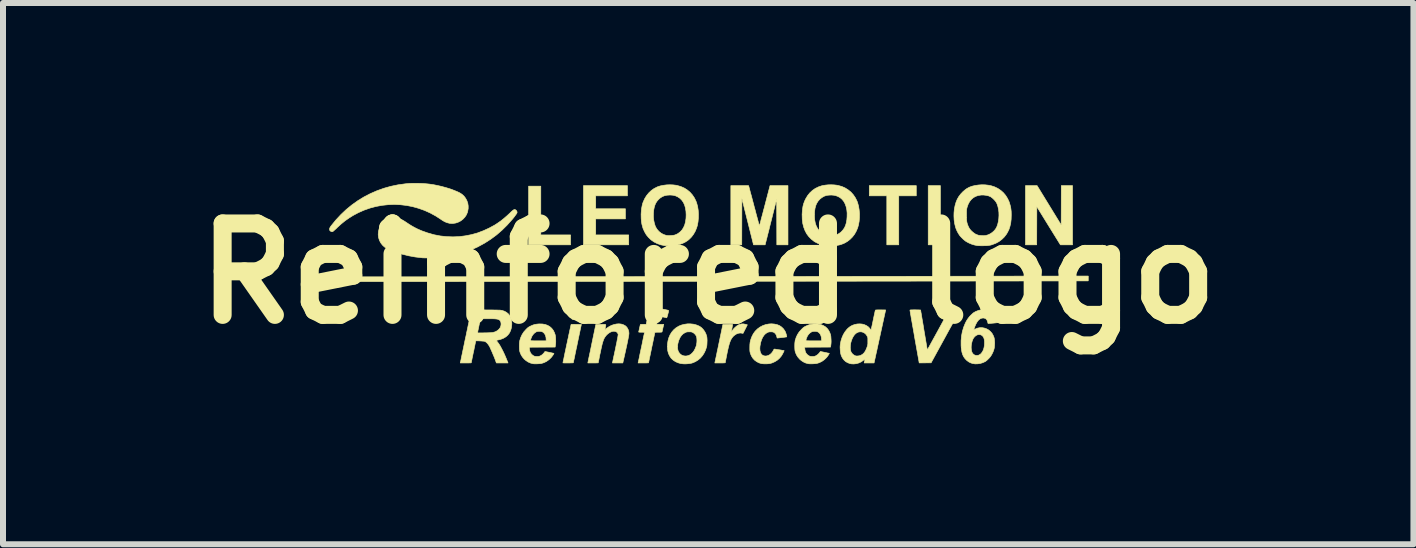
<source format=kicad_pcb>
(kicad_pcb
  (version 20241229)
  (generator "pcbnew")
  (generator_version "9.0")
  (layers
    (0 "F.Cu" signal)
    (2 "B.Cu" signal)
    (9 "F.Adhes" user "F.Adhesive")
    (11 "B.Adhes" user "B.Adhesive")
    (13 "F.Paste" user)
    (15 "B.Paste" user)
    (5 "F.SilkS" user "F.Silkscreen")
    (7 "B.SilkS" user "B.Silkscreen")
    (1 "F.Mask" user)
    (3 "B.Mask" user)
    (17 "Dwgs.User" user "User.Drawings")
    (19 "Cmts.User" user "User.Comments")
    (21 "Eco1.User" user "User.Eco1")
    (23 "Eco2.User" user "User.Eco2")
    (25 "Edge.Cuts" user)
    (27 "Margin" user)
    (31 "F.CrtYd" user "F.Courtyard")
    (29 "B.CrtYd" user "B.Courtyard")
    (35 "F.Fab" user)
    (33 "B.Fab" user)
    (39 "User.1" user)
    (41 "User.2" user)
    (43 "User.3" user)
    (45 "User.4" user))
  (footprint "Reinfored logo"
    (layer "F.Cu")
    (at 8.752 1.508)
    (property "Reference" "Reinfored logo" (at 0 0 0) (layer "F.SilkS") (effects (font (size 1.524 1.524) (thickness 0.3))))
    (attr through_hole)
    (fp_poly (pts (xy 3.869 -0.478) (xy 3.666 -0.478) (xy 3.666 -1.465) (xy 3.869 -1.465) (xy 3.869 -0.478)) (stroke (width 0.01) (type solid)) (fill yes) (layer "F.SilkS"))
    (fp_poly (pts (xy -2.79 -0.643) (xy -2.294 -0.643) (xy -2.294 -0.478) (xy -2.993 -0.478) (xy -2.993 -1.456) (xy -2.79 -1.456) (xy -2.79 -0.643)) (stroke (width 0.01) (type solid)) (fill yes) (layer "F.SilkS"))
    (fp_poly (pts (xy 3.467 -1.295) (xy 3.175 -1.295) (xy 3.175 -0.478) (xy 2.976 -0.478) (xy 2.976 -1.295) (xy 2.684 -1.295) (xy 2.684 -1.465) (xy 3.467 -1.465) (xy 3.467 -1.295)) (stroke (width 0.01) (type solid)) (fill yes) (layer "F.SilkS"))
    (fp_poly (pts (xy -1.346 -1.295) (xy -1.875 -1.295) (xy -1.875 -1.079) (xy -1.38 -1.079) (xy -1.38 -0.91) (xy -1.875 -0.91) (xy -1.875 -0.643) (xy -1.325 -0.643) (xy -1.325 -0.478) (xy -2.079 -0.478) (xy -2.079 -1.465) (xy -1.346 -1.465) (xy -1.346 -1.295)) (stroke (width 0.01) (type solid)) (fill yes) (layer "F.SilkS"))
    (fp_poly (pts (xy 6.071 -0.478) (xy 5.869 -0.478) (xy 5.672 -0.796) (xy 5.476 -1.114) (xy 5.475 -0.796) (xy 5.474 -0.478) (xy 5.287 -0.478) (xy 5.287 -1.465) (xy 5.384 -1.465) (xy 5.48 -1.465) (xy 5.681 -1.137) (xy 5.882 -0.809) (xy 5.884 -1.465) (xy 6.071 -1.465) (xy 6.071 -0.478)) (stroke (width 0.01) (type solid)) (fill yes) (layer "F.SilkS"))
    (fp_poly (pts (xy -2.073 0.653) (xy -2.078 0.676) (xy -2.083 0.7) (xy -2.087 0.721) (xy -2.09 0.731) (xy -2.096 0.762) (xy -2.269 0.762) (xy -2.267 0.752) (xy -2.265 0.745) (xy -2.262 0.731) (xy -2.258 0.712) (xy -2.254 0.691) (xy -2.252 0.682) (xy -2.247 0.659) (xy -2.243 0.64) (xy -2.24 0.624) (xy -2.237 0.615) (xy -2.237 0.613) (xy -2.235 0.61) (xy -2.232 0.608) (xy -2.226 0.607) (xy -2.216 0.606) (xy -2.201 0.606) (xy -2.179 0.605) (xy -2.15 0.605) (xy -2.063 0.605) (xy -2.073 0.653)) (stroke (width 0.01) (type solid)) (fill yes) (layer "F.SilkS"))
    (fp_poly (pts (xy -2.203 0.848) (xy -2.199 0.848) (xy -2.114 0.849) (xy -2.181 1.166) (xy -2.191 1.217) (xy -2.202 1.265) (xy -2.211 1.31) (xy -2.22 1.352) (xy -2.227 1.389) (xy -2.234 1.421) (xy -2.24 1.447) (xy -2.244 1.468) (xy -2.247 1.481) (xy -2.248 1.487) (xy -2.248 1.487) (xy -2.252 1.488) (xy -2.263 1.489) (xy -2.28 1.489) (xy -2.302 1.49) (xy -2.328 1.49) (xy -2.335 1.49) (xy -2.361 1.49) (xy -2.384 1.49) (xy -2.402 1.49) (xy -2.415 1.489) (xy -2.421 1.489) (xy -2.421 1.489) (xy -2.42 1.484) (xy -2.418 1.471) (xy -2.414 1.451) (xy -2.408 1.426) (xy -2.402 1.395) (xy -2.395 1.361) (xy -2.387 1.322) (xy -2.378 1.281) (xy -2.369 1.238) (xy -2.36 1.194) (xy -2.35 1.149) (xy -2.341 1.105) (xy -2.331 1.062) (xy -2.323 1.021) (xy -2.314 0.982) (xy -2.307 0.947) (xy -2.3 0.916) (xy -2.294 0.89) (xy -2.29 0.869) (xy -2.287 0.856) (xy -2.285 0.849) (xy -2.285 0.849) (xy -2.28 0.848) (xy -2.269 0.848) (xy -2.251 0.847) (xy -2.229 0.847) (xy -2.203 0.848)) (stroke (width 0.01) (type solid)) (fill yes) (layer "F.SilkS"))
    (fp_poly (pts (xy 0.679 -1.443) (xy 0.681 -1.435) (xy 0.685 -1.42) (xy 0.691 -1.398) (xy 0.698 -1.37) (xy 0.707 -1.336) (xy 0.718 -1.298) (xy 0.729 -1.256) (xy 0.741 -1.21) (xy 0.754 -1.162) (xy 0.767 -1.111) (xy 0.768 -1.107) (xy 0.782 -1.057) (xy 0.794 -1.01) (xy 0.806 -0.965) (xy 0.817 -0.925) (xy 0.827 -0.888) (xy 0.835 -0.857) (xy 0.842 -0.831) (xy 0.847 -0.811) (xy 0.851 -0.798) (xy 0.852 -0.793) (xy 0.853 -0.793) (xy 0.854 -0.797) (xy 0.857 -0.808) (xy 0.862 -0.827) (xy 0.869 -0.851) (xy 0.877 -0.882) (xy 0.886 -0.918) (xy 0.897 -0.958) (xy 0.909 -1.002) (xy 0.921 -1.05) (xy 0.935 -1.1) (xy 0.942 -1.128) (xy 1.03 -1.465) (xy 1.18 -1.465) (xy 1.329 -1.465) (xy 1.329 -0.478) (xy 1.143 -0.478) (xy 1.142 -0.86) (xy 1.141 -1.242) (xy 1.048 -0.874) (xy 1.034 -0.82) (xy 1.021 -0.767) (xy 1.009 -0.717) (xy 0.997 -0.671) (xy 0.986 -0.629) (xy 0.977 -0.591) (xy 0.968 -0.558) (xy 0.962 -0.532) (xy 0.956 -0.511) (xy 0.953 -0.498) (xy 0.952 -0.492) (xy 0.948 -0.478) (xy 0.755 -0.478) (xy 0.658 -0.865) (xy 0.561 -1.251) (xy 0.56 -0.865) (xy 0.559 -0.478) (xy 0.377 -0.478) (xy 0.377 -1.465) (xy 0.525 -1.465) (xy 0.672 -1.465) (xy 0.679 -1.443)) (stroke (width 0.01) (type solid)) (fill yes) (layer "F.SilkS"))
    (fp_poly (pts (xy 3.477 0.606) (xy 3.5 0.606) (xy 3.519 0.607) (xy 3.532 0.607) (xy 3.539 0.608) (xy 3.539 0.609) (xy 3.54 0.613) (xy 3.542 0.625) (xy 3.545 0.645) (xy 3.55 0.671) (xy 3.555 0.702) (xy 3.561 0.739) (xy 3.568 0.78) (xy 3.576 0.826) (xy 3.584 0.874) (xy 3.592 0.925) (xy 3.595 0.943) (xy 3.651 1.274) (xy 3.834 0.941) (xy 4.016 0.607) (xy 4.106 0.606) (xy 4.137 0.606) (xy 4.16 0.606) (xy 4.177 0.606) (xy 4.187 0.607) (xy 4.193 0.609) (xy 4.194 0.61) (xy 4.194 0.611) (xy 4.192 0.615) (xy 4.186 0.626) (xy 4.176 0.644) (xy 4.163 0.668) (xy 4.147 0.697) (xy 4.128 0.732) (xy 4.107 0.771) (xy 4.083 0.814) (xy 4.058 0.861) (xy 4.03 0.911) (xy 4.001 0.964) (xy 3.971 1.019) (xy 3.953 1.052) (xy 3.714 1.488) (xy 3.615 1.489) (xy 3.516 1.49) (xy 3.438 1.053) (xy 3.428 0.993) (xy 3.418 0.936) (xy 3.408 0.881) (xy 3.399 0.83) (xy 3.391 0.783) (xy 3.383 0.74) (xy 3.377 0.703) (xy 3.371 0.671) (xy 3.367 0.645) (xy 3.364 0.626) (xy 3.362 0.614) (xy 3.361 0.611) (xy 3.363 0.609) (xy 3.37 0.607) (xy 3.382 0.606) (xy 3.4 0.606) (xy 3.424 0.605) (xy 3.45 0.605) (xy 3.477 0.606)) (stroke (width 0.01) (type solid)) (fill yes) (layer "F.SilkS"))
    (fp_poly (pts (xy 0.62 0.846) (xy 0.622 0.846) (xy 0.652 0.855) (xy 0.616 0.927) (xy 0.58 0.998) (xy 0.562 0.994) (xy 0.532 0.991) (xy 0.5 0.996) (xy 0.469 1.008) (xy 0.439 1.028) (xy 0.419 1.045) (xy 0.405 1.061) (xy 0.393 1.078) (xy 0.381 1.097) (xy 0.37 1.12) (xy 0.36 1.146) (xy 0.35 1.177) (xy 0.34 1.214) (xy 0.33 1.256) (xy 0.319 1.306) (xy 0.309 1.355) (xy 0.303 1.387) (xy 0.297 1.417) (xy 0.292 1.442) (xy 0.288 1.463) (xy 0.285 1.478) (xy 0.284 1.486) (xy 0.284 1.487) (xy 0.28 1.488) (xy 0.268 1.489) (xy 0.251 1.49) (xy 0.229 1.49) (xy 0.204 1.49) (xy 0.197 1.49) (xy 0.11 1.49) (xy 0.113 1.477) (xy 0.114 1.471) (xy 0.117 1.457) (xy 0.121 1.436) (xy 0.127 1.409) (xy 0.134 1.377) (xy 0.142 1.339) (xy 0.15 1.298) (xy 0.16 1.253) (xy 0.17 1.205) (xy 0.18 1.156) (xy 0.244 0.849) (xy 0.325 0.848) (xy 0.354 0.847) (xy 0.376 0.847) (xy 0.391 0.848) (xy 0.4 0.849) (xy 0.405 0.85) (xy 0.406 0.852) (xy 0.406 0.858) (xy 0.404 0.871) (xy 0.4 0.888) (xy 0.397 0.909) (xy 0.396 0.912) (xy 0.392 0.933) (xy 0.389 0.95) (xy 0.387 0.962) (xy 0.387 0.968) (xy 0.387 0.968) (xy 0.39 0.966) (xy 0.396 0.958) (xy 0.404 0.946) (xy 0.404 0.946) (xy 0.415 0.932) (xy 0.429 0.916) (xy 0.445 0.9) (xy 0.449 0.896) (xy 0.482 0.869) (xy 0.515 0.851) (xy 0.549 0.841) (xy 0.584 0.839) (xy 0.62 0.846)) (stroke (width 0.01) (type solid)) (fill yes) (layer "F.SilkS"))
    (fp_poly (pts (xy -4.856 -1.503) (xy -4.796 -1.502) (xy -4.737 -1.499) (xy -4.682 -1.494) (xy -4.644 -1.49) (xy -4.577 -1.48) (xy -4.507 -1.466) (xy -4.438 -1.45) (xy -4.369 -1.431) (xy -4.303 -1.411) (xy -4.241 -1.388) (xy -4.184 -1.365) (xy -4.142 -1.345) (xy -4.103 -1.32) (xy -4.07 -1.29) (xy -4.043 -1.254) (xy -4.022 -1.215) (xy -4.007 -1.173) (xy -4 -1.128) (xy -4 -1.083) (xy -4.008 -1.037) (xy -4.013 -1.018) (xy -4.031 -0.976) (xy -4.056 -0.939) (xy -4.087 -0.906) (xy -4.123 -0.878) (xy -4.163 -0.857) (xy -4.205 -0.842) (xy -4.25 -0.835) (xy -4.269 -0.834) (xy -4.311 -0.837) (xy -4.351 -0.847) (xy -4.391 -0.863) (xy -4.432 -0.887) (xy -4.449 -0.899) (xy -4.538 -0.957) (xy -4.631 -1.008) (xy -4.726 -1.051) (xy -4.824 -1.086) (xy -4.924 -1.114) (xy -5.025 -1.134) (xy -5.127 -1.146) (xy -5.23 -1.151) (xy -5.333 -1.147) (xy -5.436 -1.136) (xy -5.538 -1.117) (xy -5.639 -1.09) (xy -5.738 -1.055) (xy -5.835 -1.012) (xy -5.842 -1.008) (xy -5.917 -0.968) (xy -5.986 -0.925) (xy -6.053 -0.878) (xy -6.118 -0.825) (xy -6.184 -0.765) (xy -6.195 -0.753) (xy -6.214 -0.736) (xy -6.231 -0.721) (xy -6.245 -0.708) (xy -6.256 -0.7) (xy -6.261 -0.697) (xy -6.272 -0.697) (xy -6.285 -0.7) (xy -6.285 -0.701) (xy -6.301 -0.711) (xy -6.31 -0.726) (xy -6.311 -0.745) (xy -6.307 -0.757) (xy -6.299 -0.773) (xy -6.285 -0.793) (xy -6.282 -0.797) (xy -6.204 -0.893) (xy -6.12 -0.983) (xy -6.031 -1.067) (xy -5.938 -1.143) (xy -5.84 -1.213) (xy -5.737 -1.276) (xy -5.631 -1.331) (xy -5.521 -1.379) (xy -5.407 -1.42) (xy -5.29 -1.453) (xy -5.17 -1.478) (xy -5.047 -1.495) (xy -5.016 -1.498) (xy -4.968 -1.502) (xy -4.914 -1.503) (xy -4.856 -1.503)) (stroke (width 0.01) (type solid)) (fill yes) (layer "F.SilkS"))
    (fp_poly (pts (xy -3.214 -1.063) (xy -3.21 -1.061) (xy -3.198 -1.051) (xy -3.189 -1.037) (xy -3.185 -1.022) (xy -3.186 -1.014) (xy -3.19 -1.004) (xy -3.199 -0.99) (xy -3.213 -0.971) (xy -3.229 -0.948) (xy -3.248 -0.924) (xy -3.269 -0.899) (xy -3.351 -0.807) (xy -3.437 -0.722) (xy -3.527 -0.644) (xy -3.623 -0.573) (xy -3.724 -0.508) (xy -3.83 -0.45) (xy -3.845 -0.442) (xy -3.954 -0.393) (xy -4.066 -0.35) (xy -4.18 -0.316) (xy -4.298 -0.289) (xy -4.42 -0.27) (xy -4.428 -0.269) (xy -4.452 -0.266) (xy -4.482 -0.264) (xy -4.518 -0.263) (xy -4.556 -0.261) (xy -4.597 -0.26) (xy -4.638 -0.26) (xy -4.677 -0.26) (xy -4.713 -0.26) (xy -4.745 -0.261) (xy -4.769 -0.262) (xy -4.773 -0.263) (xy -4.884 -0.276) (xy -4.994 -0.296) (xy -5.102 -0.323) (xy -5.205 -0.355) (xy -5.304 -0.392) (xy -5.305 -0.393) (xy -5.339 -0.408) (xy -5.366 -0.423) (xy -5.389 -0.438) (xy -5.41 -0.456) (xy -5.429 -0.474) (xy -5.458 -0.512) (xy -5.479 -0.553) (xy -5.493 -0.597) (xy -5.499 -0.644) (xy -5.499 -0.656) (xy -5.495 -0.703) (xy -5.484 -0.747) (xy -5.465 -0.788) (xy -5.441 -0.825) (xy -5.41 -0.857) (xy -5.375 -0.884) (xy -5.336 -0.905) (xy -5.293 -0.919) (xy -5.247 -0.926) (xy -5.228 -0.927) (xy -5.201 -0.926) (xy -5.175 -0.923) (xy -5.152 -0.917) (xy -5.128 -0.908) (xy -5.102 -0.895) (xy -5.072 -0.878) (xy -5.038 -0.856) (xy -5.038 -0.856) (xy -4.984 -0.82) (xy -4.935 -0.79) (xy -4.888 -0.764) (xy -4.842 -0.741) (xy -4.794 -0.72) (xy -4.773 -0.711) (xy -4.671 -0.675) (xy -4.568 -0.646) (xy -4.464 -0.626) (xy -4.36 -0.615) (xy -4.255 -0.611) (xy -4.151 -0.615) (xy -4.048 -0.628) (xy -3.946 -0.648) (xy -3.845 -0.676) (xy -3.747 -0.713) (xy -3.651 -0.757) (xy -3.557 -0.808) (xy -3.514 -0.836) (xy -3.458 -0.875) (xy -3.404 -0.918) (xy -3.35 -0.965) (xy -3.308 -1.004) (xy -3.285 -1.027) (xy -3.267 -1.043) (xy -3.252 -1.055) (xy -3.241 -1.062) (xy -3.231 -1.066) (xy -3.223 -1.066) (xy -3.214 -1.063)) (stroke (width 0.01) (type solid)) (fill yes) (layer "F.SilkS"))
    (fp_poly (pts (xy -0.246 0.844) (xy -0.2 0.856) (xy -0.158 0.873) (xy -0.14 0.882) (xy -0.109 0.905) (xy -0.081 0.935) (xy -0.057 0.969) (xy -0.038 1.007) (xy -0.025 1.046) (xy -0.025 1.046) (xy -0.022 1.064) (xy -0.02 1.088) (xy -0.019 1.116) (xy -0.02 1.145) (xy -0.021 1.174) (xy -0.023 1.199) (xy -0.026 1.219) (xy -0.027 1.221) (xy -0.044 1.275) (xy -0.068 1.325) (xy -0.097 1.37) (xy -0.132 1.41) (xy -0.172 1.443) (xy -0.216 1.47) (xy -0.264 1.49) (xy -0.282 1.495) (xy -0.311 1.5) (xy -0.346 1.504) (xy -0.383 1.506) (xy -0.418 1.505) (xy -0.449 1.501) (xy -0.455 1.501) (xy -0.504 1.487) (xy -0.547 1.468) (xy -0.585 1.442) (xy -0.618 1.411) (xy -0.643 1.374) (xy -0.663 1.332) (xy -0.675 1.286) (xy -0.68 1.238) (xy -0.68 1.217) (xy -0.512 1.217) (xy -0.51 1.256) (xy -0.501 1.291) (xy -0.49 1.313) (xy -0.47 1.338) (xy -0.445 1.358) (xy -0.416 1.37) (xy -0.385 1.375) (xy -0.353 1.373) (xy -0.32 1.363) (xy -0.311 1.359) (xy -0.284 1.341) (xy -0.258 1.316) (xy -0.235 1.285) (xy -0.216 1.248) (xy -0.2 1.207) (xy -0.198 1.2) (xy -0.193 1.174) (xy -0.189 1.146) (xy -0.188 1.117) (xy -0.189 1.089) (xy -0.192 1.065) (xy -0.197 1.047) (xy -0.197 1.045) (xy -0.215 1.017) (xy -0.238 0.995) (xy -0.256 0.983) (xy -0.267 0.978) (xy -0.278 0.974) (xy -0.291 0.972) (xy -0.308 0.972) (xy -0.318 0.972) (xy -0.337 0.972) (xy -0.352 0.973) (xy -0.364 0.976) (xy -0.377 0.981) (xy -0.385 0.985) (xy -0.417 1.004) (xy -0.445 1.031) (xy -0.469 1.066) (xy -0.488 1.107) (xy -0.495 1.126) (xy -0.507 1.174) (xy -0.512 1.217) (xy -0.68 1.217) (xy -0.679 1.179) (xy -0.671 1.123) (xy -0.657 1.071) (xy -0.636 1.022) (xy -0.609 0.978) (xy -0.576 0.939) (xy -0.538 0.906) (xy -0.494 0.879) (xy -0.489 0.876) (xy -0.444 0.858) (xy -0.396 0.846) (xy -0.346 0.839) (xy -0.296 0.839) (xy -0.246 0.844)) (stroke (width 0.01) (type solid)) (fill yes) (layer "F.SilkS"))
    (fp_poly (pts (xy -1.451 0.842) (xy -1.417 0.852) (xy -1.386 0.868) (xy -1.37 0.88) (xy -1.35 0.904) (xy -1.334 0.934) (xy -1.324 0.966) (xy -1.321 0.995) (xy -1.322 1.007) (xy -1.324 1.027) (xy -1.329 1.053) (xy -1.335 1.087) (xy -1.343 1.127) (xy -1.353 1.176) (xy -1.365 1.231) (xy -1.379 1.295) (xy -1.395 1.366) (xy -1.413 1.446) (xy -1.417 1.462) (xy -1.423 1.49) (xy -1.596 1.49) (xy -1.594 1.481) (xy -1.593 1.475) (xy -1.59 1.461) (xy -1.586 1.441) (xy -1.58 1.415) (xy -1.574 1.384) (xy -1.566 1.349) (xy -1.558 1.31) (xy -1.549 1.269) (xy -1.545 1.249) (xy -1.534 1.195) (xy -1.524 1.149) (xy -1.517 1.11) (xy -1.51 1.078) (xy -1.506 1.053) (xy -1.503 1.034) (xy -1.501 1.021) (xy -1.501 1.014) (xy -1.501 1.013) (xy -1.506 1) (xy -1.514 0.987) (xy -1.516 0.984) (xy -1.534 0.97) (xy -1.555 0.963) (xy -1.58 0.962) (xy -1.606 0.967) (xy -1.634 0.979) (xy -1.661 0.996) (xy -1.687 1.018) (xy -1.7 1.032) (xy -1.712 1.047) (xy -1.723 1.063) (xy -1.734 1.081) (xy -1.743 1.101) (xy -1.752 1.126) (xy -1.761 1.154) (xy -1.77 1.188) (xy -1.779 1.227) (xy -1.789 1.273) (xy -1.8 1.326) (xy -1.806 1.351) (xy -1.812 1.384) (xy -1.818 1.414) (xy -1.823 1.44) (xy -1.828 1.462) (xy -1.831 1.477) (xy -1.833 1.487) (xy -1.833 1.489) (xy -1.837 1.489) (xy -1.848 1.489) (xy -1.865 1.49) (xy -1.887 1.49) (xy -1.913 1.49) (xy -1.92 1.49) (xy -2.006 1.49) (xy -2.004 1.477) (xy -2.002 1.471) (xy -2 1.457) (xy -1.995 1.436) (xy -1.99 1.409) (xy -1.983 1.377) (xy -1.975 1.339) (xy -1.966 1.298) (xy -1.957 1.253) (xy -1.947 1.205) (xy -1.937 1.156) (xy -1.873 0.849) (xy -1.789 0.848) (xy -1.76 0.847) (xy -1.738 0.847) (xy -1.723 0.847) (xy -1.713 0.85) (xy -1.708 0.854) (xy -1.707 0.861) (xy -1.708 0.872) (xy -1.712 0.887) (xy -1.714 0.898) (xy -1.722 0.935) (xy -1.692 0.912) (xy -1.652 0.885) (xy -1.612 0.864) (xy -1.57 0.85) (xy -1.529 0.841) (xy -1.489 0.838) (xy -1.451 0.842)) (stroke (width 0.01) (type solid)) (fill yes) (layer "F.SilkS"))
    (fp_poly (pts (xy 1.102 0.842) (xy 1.148 0.852) (xy 1.188 0.868) (xy 1.223 0.892) (xy 1.253 0.921) (xy 1.278 0.957) (xy 1.282 0.965) (xy 1.289 0.98) (xy 1.295 0.998) (xy 1.301 1.016) (xy 1.305 1.033) (xy 1.308 1.046) (xy 1.308 1.055) (xy 1.308 1.056) (xy 1.303 1.057) (xy 1.292 1.058) (xy 1.276 1.061) (xy 1.256 1.063) (xy 1.234 1.066) (xy 1.212 1.068) (xy 1.191 1.071) (xy 1.172 1.073) (xy 1.158 1.075) (xy 1.15 1.075) (xy 1.15 1.075) (xy 1.148 1.072) (xy 1.145 1.062) (xy 1.143 1.053) (xy 1.133 1.024) (xy 1.118 1) (xy 1.097 0.983) (xy 1.086 0.977) (xy 1.075 0.974) (xy 1.062 0.972) (xy 1.044 0.972) (xy 1.024 0.972) (xy 1.009 0.974) (xy 0.996 0.979) (xy 0.986 0.983) (xy 0.956 1.002) (xy 0.93 1.029) (xy 0.907 1.063) (xy 0.889 1.103) (xy 0.874 1.15) (xy 0.864 1.203) (xy 0.863 1.206) (xy 0.86 1.246) (xy 0.862 1.282) (xy 0.869 1.312) (xy 0.881 1.337) (xy 0.898 1.356) (xy 0.899 1.357) (xy 0.923 1.37) (xy 0.949 1.375) (xy 0.976 1.373) (xy 1.003 1.365) (xy 1.029 1.35) (xy 1.052 1.33) (xy 1.073 1.304) (xy 1.084 1.284) (xy 1.092 1.27) (xy 1.097 1.262) (xy 1.102 1.259) (xy 1.107 1.259) (xy 1.109 1.259) (xy 1.116 1.26) (xy 1.131 1.263) (xy 1.15 1.266) (xy 1.173 1.27) (xy 1.192 1.272) (xy 1.215 1.276) (xy 1.236 1.28) (xy 1.252 1.282) (xy 1.262 1.284) (xy 1.265 1.285) (xy 1.264 1.289) (xy 1.26 1.299) (xy 1.253 1.313) (xy 1.245 1.329) (xy 1.236 1.345) (xy 1.228 1.36) (xy 1.22 1.372) (xy 1.219 1.374) (xy 1.188 1.411) (xy 1.151 1.444) (xy 1.109 1.47) (xy 1.063 1.49) (xy 1.043 1.496) (xy 1.021 1.501) (xy 0.994 1.504) (xy 0.964 1.505) (xy 0.934 1.505) (xy 0.906 1.503) (xy 0.887 1.501) (xy 0.844 1.488) (xy 0.805 1.467) (xy 0.77 1.441) (xy 0.741 1.408) (xy 0.718 1.37) (xy 0.701 1.327) (xy 0.7 1.321) (xy 0.696 1.306) (xy 0.694 1.29) (xy 0.693 1.269) (xy 0.693 1.243) (xy 0.693 1.228) (xy 0.694 1.184) (xy 0.698 1.146) (xy 0.706 1.111) (xy 0.718 1.075) (xy 0.728 1.05) (xy 0.752 1.003) (xy 0.783 0.961) (xy 0.82 0.924) (xy 0.862 0.893) (xy 0.907 0.869) (xy 0.957 0.851) (xy 1.009 0.841) (xy 1.052 0.838) (xy 1.102 0.842)) (stroke (width 0.01) (type solid)) (fill yes) (layer "F.SilkS"))
    (fp_poly (pts (xy -2.764 0.841) (xy -2.718 0.849) (xy -2.676 0.864) (xy -2.64 0.885) (xy -2.608 0.913) (xy -2.582 0.947) (xy -2.562 0.987) (xy -2.55 1.022) (xy -2.546 1.043) (xy -2.543 1.07) (xy -2.542 1.101) (xy -2.541 1.132) (xy -2.542 1.161) (xy -2.545 1.187) (xy -2.545 1.19) (xy -2.551 1.226) (xy -2.766 1.227) (xy -2.981 1.228) (xy -2.979 1.26) (xy -2.973 1.294) (xy -2.961 1.323) (xy -2.942 1.348) (xy -2.916 1.368) (xy -2.907 1.373) (xy -2.896 1.378) (xy -2.883 1.381) (xy -2.867 1.382) (xy -2.853 1.382) (xy -2.834 1.382) (xy -2.819 1.38) (xy -2.807 1.376) (xy -2.793 1.37) (xy -2.768 1.354) (xy -2.744 1.331) (xy -2.728 1.311) (xy -2.72 1.299) (xy -2.646 1.314) (xy -2.622 1.319) (xy -2.602 1.324) (xy -2.585 1.327) (xy -2.575 1.33) (xy -2.571 1.331) (xy -2.572 1.335) (xy -2.577 1.344) (xy -2.585 1.357) (xy -2.595 1.371) (xy -2.605 1.385) (xy -2.615 1.397) (xy -2.62 1.403) (xy -2.656 1.437) (xy -2.697 1.466) (xy -2.742 1.487) (xy -2.771 1.496) (xy -2.788 1.5) (xy -2.811 1.502) (xy -2.837 1.504) (xy -2.864 1.505) (xy -2.889 1.505) (xy -2.91 1.504) (xy -2.918 1.503) (xy -2.962 1.492) (xy -3.002 1.474) (xy -3.038 1.45) (xy -3.067 1.425) (xy -3.096 1.391) (xy -3.118 1.356) (xy -3.135 1.316) (xy -3.14 1.3) (xy -3.144 1.279) (xy -3.146 1.253) (xy -3.147 1.223) (xy -3.147 1.192) (xy -3.146 1.162) (xy -3.143 1.135) (xy -3.14 1.117) (xy -2.962 1.117) (xy -2.96 1.118) (xy -2.957 1.119) (xy -2.949 1.12) (xy -2.938 1.121) (xy -2.922 1.121) (xy -2.899 1.122) (xy -2.87 1.122) (xy -2.834 1.122) (xy -2.701 1.122) (xy -2.701 1.095) (xy -2.704 1.061) (xy -2.713 1.03) (xy -2.727 1.004) (xy -2.746 0.983) (xy -2.762 0.973) (xy -2.782 0.966) (xy -2.806 0.963) (xy -2.832 0.964) (xy -2.855 0.968) (xy -2.867 0.973) (xy -2.894 0.991) (xy -2.917 1.015) (xy -2.937 1.044) (xy -2.951 1.077) (xy -2.955 1.088) (xy -2.958 1.101) (xy -2.961 1.112) (xy -2.962 1.114) (xy -2.962 1.117) (xy -3.14 1.117) (xy -3.14 1.116) (xy -3.123 1.063) (xy -3.101 1.016) (xy -3.073 0.973) (xy -3.037 0.933) (xy -3.019 0.915) (xy -3.005 0.902) (xy -2.991 0.892) (xy -2.975 0.883) (xy -2.959 0.875) (xy -2.927 0.861) (xy -2.898 0.851) (xy -2.868 0.845) (xy -2.834 0.841) (xy -2.815 0.84) (xy -2.764 0.841)) (stroke (width 0.01) (type solid)) (fill yes) (layer "F.SilkS"))
    (fp_poly (pts (xy -0.586 -1.477) (xy -0.536 -1.471) (xy -0.513 -1.466) (xy -0.453 -1.448) (xy -0.398 -1.424) (xy -0.348 -1.392) (xy -0.303 -1.354) (xy -0.264 -1.31) (xy -0.231 -1.261) (xy -0.204 -1.206) (xy -0.193 -1.176) (xy -0.177 -1.118) (xy -0.167 -1.055) (xy -0.163 -0.99) (xy -0.164 -0.924) (xy -0.17 -0.859) (xy -0.182 -0.797) (xy -0.193 -0.762) (xy -0.215 -0.707) (xy -0.244 -0.656) (xy -0.279 -0.609) (xy -0.32 -0.568) (xy -0.342 -0.55) (xy -0.381 -0.525) (xy -0.425 -0.503) (xy -0.473 -0.485) (xy -0.522 -0.471) (xy -0.552 -0.466) (xy -0.571 -0.464) (xy -0.596 -0.463) (xy -0.625 -0.462) (xy -0.655 -0.462) (xy -0.683 -0.463) (xy -0.709 -0.464) (xy -0.729 -0.465) (xy -0.732 -0.466) (xy -0.794 -0.479) (xy -0.852 -0.5) (xy -0.905 -0.527) (xy -0.953 -0.561) (xy -0.995 -0.601) (xy -1.032 -0.646) (xy -1.062 -0.698) (xy -1.087 -0.754) (xy -1.104 -0.816) (xy -1.105 -0.819) (xy -1.113 -0.867) (xy -1.117 -0.918) (xy -1.118 -0.972) (xy -1.118 -0.989) (xy -0.914 -0.989) (xy -0.913 -0.938) (xy -0.908 -0.888) (xy -0.898 -0.84) (xy -0.885 -0.797) (xy -0.874 -0.772) (xy -0.851 -0.735) (xy -0.821 -0.701) (xy -0.786 -0.673) (xy -0.746 -0.651) (xy -0.704 -0.637) (xy -0.696 -0.635) (xy -0.678 -0.633) (xy -0.654 -0.632) (xy -0.627 -0.633) (xy -0.6 -0.635) (xy -0.575 -0.638) (xy -0.556 -0.642) (xy -0.554 -0.643) (xy -0.536 -0.65) (xy -0.515 -0.66) (xy -0.5 -0.669) (xy -0.464 -0.697) (xy -0.434 -0.73) (xy -0.41 -0.769) (xy -0.391 -0.813) (xy -0.378 -0.864) (xy -0.37 -0.921) (xy -0.368 -0.978) (xy -0.371 -1.038) (xy -0.38 -1.093) (xy -0.394 -1.142) (xy -0.414 -1.185) (xy -0.44 -1.222) (xy -0.471 -1.253) (xy -0.507 -1.277) (xy -0.517 -1.282) (xy -0.544 -1.294) (xy -0.571 -1.302) (xy -0.599 -1.306) (xy -0.631 -1.308) (xy -0.643 -1.308) (xy -0.689 -1.305) (xy -0.73 -1.296) (xy -0.766 -1.281) (xy -0.8 -1.259) (xy -0.826 -1.236) (xy -0.851 -1.208) (xy -0.871 -1.178) (xy -0.887 -1.144) (xy -0.899 -1.105) (xy -0.908 -1.06) (xy -0.91 -1.04) (xy -0.914 -0.989) (xy -1.118 -0.989) (xy -1.116 -1.026) (xy -1.111 -1.079) (xy -1.102 -1.128) (xy -1.091 -1.172) (xy -1.085 -1.188) (xy -1.06 -1.245) (xy -1.029 -1.296) (xy -0.992 -1.342) (xy -0.95 -1.382) (xy -0.904 -1.415) (xy -0.853 -1.441) (xy -0.842 -1.446) (xy -0.798 -1.46) (xy -0.748 -1.47) (xy -0.695 -1.477) (xy -0.64 -1.479) (xy -0.586 -1.477)) (stroke (width 0.01) (type solid)) (fill yes) (layer "F.SilkS"))
    (fp_poly (pts (xy 1.824 0.841) (xy 1.871 0.849) (xy 1.912 0.864) (xy 1.949 0.885) (xy 1.981 0.913) (xy 2.007 0.947) (xy 2.027 0.987) (xy 2.039 1.022) (xy 2.043 1.043) (xy 2.045 1.07) (xy 2.047 1.101) (xy 2.048 1.132) (xy 2.047 1.161) (xy 2.044 1.187) (xy 2.044 1.19) (xy 2.038 1.226) (xy 1.823 1.227) (xy 1.607 1.228) (xy 1.61 1.26) (xy 1.616 1.294) (xy 1.628 1.323) (xy 1.647 1.348) (xy 1.673 1.368) (xy 1.682 1.373) (xy 1.693 1.378) (xy 1.706 1.381) (xy 1.722 1.382) (xy 1.736 1.382) (xy 1.755 1.382) (xy 1.77 1.38) (xy 1.782 1.376) (xy 1.796 1.37) (xy 1.821 1.354) (xy 1.845 1.331) (xy 1.861 1.311) (xy 1.869 1.299) (xy 1.943 1.314) (xy 1.967 1.319) (xy 1.987 1.324) (xy 2.004 1.327) (xy 2.014 1.33) (xy 2.018 1.331) (xy 2.017 1.335) (xy 2.011 1.344) (xy 2.003 1.357) (xy 1.994 1.371) (xy 1.984 1.385) (xy 1.974 1.397) (xy 1.969 1.403) (xy 1.933 1.437) (xy 1.892 1.466) (xy 1.847 1.487) (xy 1.818 1.496) (xy 1.801 1.5) (xy 1.778 1.502) (xy 1.752 1.504) (xy 1.725 1.505) (xy 1.7 1.505) (xy 1.679 1.504) (xy 1.671 1.503) (xy 1.626 1.492) (xy 1.587 1.474) (xy 1.55 1.45) (xy 1.522 1.425) (xy 1.493 1.391) (xy 1.471 1.356) (xy 1.454 1.316) (xy 1.449 1.3) (xy 1.445 1.279) (xy 1.443 1.253) (xy 1.442 1.223) (xy 1.442 1.192) (xy 1.443 1.162) (xy 1.446 1.135) (xy 1.449 1.117) (xy 1.627 1.117) (xy 1.628 1.118) (xy 1.632 1.119) (xy 1.64 1.12) (xy 1.651 1.121) (xy 1.667 1.121) (xy 1.69 1.122) (xy 1.719 1.122) (xy 1.755 1.122) (xy 1.888 1.122) (xy 1.888 1.095) (xy 1.885 1.061) (xy 1.876 1.03) (xy 1.862 1.004) (xy 1.843 0.983) (xy 1.827 0.973) (xy 1.807 0.966) (xy 1.783 0.963) (xy 1.757 0.964) (xy 1.734 0.968) (xy 1.722 0.973) (xy 1.695 0.991) (xy 1.671 1.015) (xy 1.652 1.044) (xy 1.638 1.077) (xy 1.634 1.088) (xy 1.631 1.101) (xy 1.628 1.112) (xy 1.627 1.114) (xy 1.627 1.117) (xy 1.449 1.117) (xy 1.449 1.116) (xy 1.466 1.063) (xy 1.488 1.016) (xy 1.516 0.973) (xy 1.552 0.933) (xy 1.57 0.915) (xy 1.584 0.902) (xy 1.598 0.892) (xy 1.613 0.883) (xy 1.63 0.875) (xy 1.662 0.861) (xy 1.691 0.851) (xy 1.721 0.845) (xy 1.755 0.841) (xy 1.774 0.84) (xy 1.824 0.841)) (stroke (width 0.01) (type solid)) (fill yes) (layer "F.SilkS"))
    (fp_poly (pts (xy 2.097 -1.477) (xy 2.141 -1.472) (xy 2.171 -1.466) (xy 2.23 -1.449) (xy 2.285 -1.424) (xy 2.335 -1.392) (xy 2.38 -1.355) (xy 2.419 -1.311) (xy 2.452 -1.262) (xy 2.479 -1.208) (xy 2.489 -1.181) (xy 2.505 -1.124) (xy 2.515 -1.062) (xy 2.521 -0.998) (xy 2.52 -0.933) (xy 2.515 -0.87) (xy 2.504 -0.81) (xy 2.491 -0.763) (xy 2.468 -0.708) (xy 2.439 -0.656) (xy 2.404 -0.61) (xy 2.363 -0.569) (xy 2.318 -0.534) (xy 2.269 -0.506) (xy 2.253 -0.499) (xy 2.222 -0.487) (xy 2.194 -0.478) (xy 2.166 -0.472) (xy 2.136 -0.467) (xy 2.102 -0.465) (xy 2.062 -0.463) (xy 2.057 -0.463) (xy 2.03 -0.463) (xy 2.004 -0.463) (xy 1.981 -0.464) (xy 1.963 -0.465) (xy 1.952 -0.466) (xy 1.89 -0.479) (xy 1.832 -0.5) (xy 1.78 -0.526) (xy 1.764 -0.536) (xy 1.717 -0.573) (xy 1.676 -0.615) (xy 1.641 -0.662) (xy 1.613 -0.715) (xy 1.591 -0.773) (xy 1.575 -0.836) (xy 1.567 -0.903) (xy 1.565 -0.976) (xy 1.565 -0.988) (xy 1.77 -0.988) (xy 1.771 -0.94) (xy 1.774 -0.894) (xy 1.776 -0.884) (xy 1.785 -0.837) (xy 1.799 -0.796) (xy 1.817 -0.76) (xy 1.84 -0.727) (xy 1.858 -0.706) (xy 1.877 -0.689) (xy 1.894 -0.675) (xy 1.912 -0.664) (xy 1.926 -0.657) (xy 1.945 -0.649) (xy 1.964 -0.641) (xy 1.979 -0.637) (xy 1.983 -0.636) (xy 2.014 -0.632) (xy 2.048 -0.631) (xy 2.082 -0.634) (xy 2.112 -0.639) (xy 2.114 -0.639) (xy 2.147 -0.65) (xy 2.176 -0.664) (xy 2.204 -0.684) (xy 2.218 -0.696) (xy 2.246 -0.727) (xy 2.27 -0.761) (xy 2.288 -0.8) (xy 2.301 -0.844) (xy 2.31 -0.894) (xy 2.314 -0.946) (xy 2.315 -1.008) (xy 2.309 -1.065) (xy 2.297 -1.117) (xy 2.28 -1.163) (xy 2.258 -1.203) (xy 2.23 -1.237) (xy 2.197 -1.265) (xy 2.158 -1.286) (xy 2.118 -1.3) (xy 2.089 -1.305) (xy 2.055 -1.308) (xy 2.02 -1.307) (xy 1.988 -1.304) (xy 1.973 -1.302) (xy 1.932 -1.288) (xy 1.894 -1.266) (xy 1.859 -1.238) (xy 1.83 -1.205) (xy 1.806 -1.166) (xy 1.789 -1.124) (xy 1.789 -1.122) (xy 1.779 -1.082) (xy 1.773 -1.037) (xy 1.77 -0.988) (xy 1.565 -0.988) (xy 1.567 -1.021) (xy 1.572 -1.074) (xy 1.579 -1.121) (xy 1.59 -1.163) (xy 1.605 -1.204) (xy 1.624 -1.245) (xy 1.625 -1.246) (xy 1.656 -1.298) (xy 1.693 -1.344) (xy 1.736 -1.384) (xy 1.783 -1.417) (xy 1.836 -1.443) (xy 1.892 -1.462) (xy 1.909 -1.466) (xy 1.952 -1.473) (xy 1.999 -1.478) (xy 2.048 -1.479) (xy 2.097 -1.477)) (stroke (width 0.01) (type solid)) (fill yes) (layer "F.SilkS"))
    (fp_poly (pts (xy 2.873 0.606) (xy 2.957 0.607) (xy 2.865 1.027) (xy 2.852 1.085) (xy 2.84 1.142) (xy 2.828 1.196) (xy 2.817 1.247) (xy 2.807 1.294) (xy 2.797 1.337) (xy 2.789 1.374) (xy 2.782 1.407) (xy 2.776 1.433) (xy 2.772 1.452) (xy 2.769 1.464) (xy 2.768 1.468) (xy 2.764 1.49) (xy 2.599 1.49) (xy 2.601 1.481) (xy 2.607 1.456) (xy 2.61 1.439) (xy 2.611 1.43) (xy 2.611 1.428) (xy 2.607 1.43) (xy 2.598 1.436) (xy 2.587 1.445) (xy 2.587 1.445) (xy 2.551 1.471) (xy 2.511 1.49) (xy 2.469 1.502) (xy 2.426 1.507) (xy 2.383 1.505) (xy 2.364 1.501) (xy 2.325 1.487) (xy 2.29 1.467) (xy 2.261 1.44) (xy 2.236 1.407) (xy 2.217 1.368) (xy 2.208 1.337) (xy 2.203 1.311) (xy 2.2 1.279) (xy 2.198 1.244) (xy 2.198 1.234) (xy 2.367 1.234) (xy 2.37 1.27) (xy 2.378 1.301) (xy 2.382 1.31) (xy 2.397 1.332) (xy 2.418 1.352) (xy 2.442 1.367) (xy 2.455 1.372) (xy 2.473 1.375) (xy 2.494 1.374) (xy 2.517 1.371) (xy 2.538 1.365) (xy 2.546 1.361) (xy 2.573 1.345) (xy 2.596 1.323) (xy 2.617 1.294) (xy 2.634 1.259) (xy 2.646 1.228) (xy 2.652 1.211) (xy 2.656 1.197) (xy 2.658 1.184) (xy 2.66 1.17) (xy 2.66 1.151) (xy 2.66 1.128) (xy 2.66 1.104) (xy 2.66 1.086) (xy 2.659 1.073) (xy 2.657 1.063) (xy 2.654 1.054) (xy 2.651 1.049) (xy 2.634 1.02) (xy 2.612 0.998) (xy 2.587 0.982) (xy 2.559 0.973) (xy 2.53 0.971) (xy 2.501 0.976) (xy 2.473 0.99) (xy 2.462 0.997) (xy 2.439 1.019) (xy 2.418 1.048) (xy 2.4 1.082) (xy 2.386 1.119) (xy 2.375 1.157) (xy 2.369 1.197) (xy 2.367 1.234) (xy 2.198 1.234) (xy 2.198 1.211) (xy 2.201 1.181) (xy 2.201 1.179) (xy 2.212 1.123) (xy 2.229 1.069) (xy 2.251 1.018) (xy 2.279 0.972) (xy 2.311 0.931) (xy 2.332 0.91) (xy 2.366 0.883) (xy 2.403 0.863) (xy 2.443 0.849) (xy 2.483 0.841) (xy 2.524 0.839) (xy 2.564 0.842) (xy 2.602 0.852) (xy 2.637 0.868) (xy 2.668 0.889) (xy 2.694 0.917) (xy 2.697 0.921) (xy 2.705 0.931) (xy 2.711 0.936) (xy 2.714 0.937) (xy 2.715 0.932) (xy 2.718 0.92) (xy 2.722 0.901) (xy 2.728 0.877) (xy 2.734 0.848) (xy 2.741 0.816) (xy 2.748 0.781) (xy 2.75 0.774) (xy 2.757 0.738) (xy 2.764 0.705) (xy 2.771 0.675) (xy 2.776 0.65) (xy 2.78 0.63) (xy 2.784 0.616) (xy 2.785 0.61) (xy 2.786 0.61) (xy 2.791 0.608) (xy 2.804 0.607) (xy 2.826 0.606) (xy 2.854 0.606) (xy 2.873 0.606)) (stroke (width 0.01) (type solid)) (fill yes) (layer "F.SilkS"))
    (fp_poly (pts (xy 4.613 -1.478) (xy 4.667 -1.472) (xy 4.713 -1.463) (xy 4.772 -1.444) (xy 4.826 -1.418) (xy 4.875 -1.385) (xy 4.918 -1.347) (xy 4.956 -1.302) (xy 4.988 -1.251) (xy 5.014 -1.196) (xy 5.031 -1.14) (xy 5.04 -1.105) (xy 5.045 -1.07) (xy 5.049 -1.033) (xy 5.05 -0.992) (xy 5.05 -0.969) (xy 5.048 -0.902) (xy 5.041 -0.841) (xy 5.028 -0.785) (xy 5.011 -0.733) (xy 4.987 -0.685) (xy 4.97 -0.656) (xy 4.934 -0.609) (xy 4.892 -0.568) (xy 4.844 -0.532) (xy 4.792 -0.504) (xy 4.734 -0.482) (xy 4.712 -0.475) (xy 4.696 -0.472) (xy 4.681 -0.469) (xy 4.665 -0.467) (xy 4.647 -0.465) (xy 4.624 -0.464) (xy 4.595 -0.464) (xy 4.589 -0.463) (xy 4.561 -0.463) (xy 4.535 -0.463) (xy 4.511 -0.464) (xy 4.493 -0.465) (xy 4.481 -0.466) (xy 4.433 -0.476) (xy 4.385 -0.491) (xy 4.339 -0.511) (xy 4.299 -0.533) (xy 4.294 -0.536) (xy 4.272 -0.553) (xy 4.248 -0.573) (xy 4.224 -0.597) (xy 4.202 -0.62) (xy 4.185 -0.641) (xy 4.185 -0.642) (xy 4.165 -0.673) (xy 4.146 -0.709) (xy 4.13 -0.746) (xy 4.121 -0.773) (xy 4.107 -0.83) (xy 4.098 -0.89) (xy 4.095 -0.953) (xy 4.095 -0.972) (xy 4.304 -0.972) (xy 4.304 -0.934) (xy 4.305 -0.902) (xy 4.307 -0.876) (xy 4.311 -0.853) (xy 4.316 -0.833) (xy 4.323 -0.812) (xy 4.332 -0.79) (xy 4.339 -0.775) (xy 4.349 -0.756) (xy 4.36 -0.74) (xy 4.372 -0.725) (xy 4.39 -0.706) (xy 4.391 -0.705) (xy 4.423 -0.678) (xy 4.454 -0.657) (xy 4.488 -0.643) (xy 4.507 -0.637) (xy 4.531 -0.634) (xy 4.559 -0.632) (xy 4.589 -0.631) (xy 4.617 -0.633) (xy 4.629 -0.635) (xy 4.664 -0.645) (xy 4.7 -0.662) (xy 4.733 -0.684) (xy 4.763 -0.711) (xy 4.788 -0.74) (xy 4.789 -0.742) (xy 4.809 -0.778) (xy 4.824 -0.82) (xy 4.835 -0.866) (xy 4.842 -0.916) (xy 4.845 -0.967) (xy 4.844 -1.018) (xy 4.838 -1.067) (xy 4.828 -1.114) (xy 4.814 -1.157) (xy 4.804 -1.179) (xy 4.792 -1.198) (xy 4.775 -1.219) (xy 4.755 -1.24) (xy 4.734 -1.259) (xy 4.714 -1.274) (xy 4.705 -1.28) (xy 4.671 -1.294) (xy 4.632 -1.303) (xy 4.591 -1.308) (xy 4.549 -1.308) (xy 4.509 -1.302) (xy 4.498 -1.3) (xy 4.455 -1.285) (xy 4.417 -1.263) (xy 4.384 -1.234) (xy 4.356 -1.199) (xy 4.333 -1.157) (xy 4.316 -1.11) (xy 4.315 -1.106) (xy 4.311 -1.092) (xy 4.308 -1.079) (xy 4.306 -1.067) (xy 4.305 -1.053) (xy 4.304 -1.037) (xy 4.304 -1.015) (xy 4.304 -0.988) (xy 4.304 -0.972) (xy 4.095 -0.972) (xy 4.096 -1.015) (xy 4.102 -1.077) (xy 4.114 -1.135) (xy 4.13 -1.19) (xy 4.15 -1.238) (xy 4.176 -1.283) (xy 4.208 -1.325) (xy 4.246 -1.365) (xy 4.286 -1.399) (xy 4.312 -1.417) (xy 4.351 -1.438) (xy 4.397 -1.455) (xy 4.448 -1.467) (xy 4.502 -1.475) (xy 4.557 -1.479) (xy 4.613 -1.478)) (stroke (width 0.01) (type solid)) (fill yes) (layer "F.SilkS"))
    (fp_poly (pts (xy -0.796 0.59) (xy -0.796 0.59) (xy -0.778 0.592) (xy -0.756 0.594) (xy -0.734 0.598) (xy -0.711 0.603) (xy -0.691 0.607) (xy -0.674 0.611) (xy -0.663 0.615) (xy -0.66 0.617) (xy -0.66 0.622) (xy -0.662 0.633) (xy -0.665 0.649) (xy -0.67 0.667) (xy -0.675 0.686) (xy -0.68 0.705) (xy -0.685 0.72) (xy -0.689 0.732) (xy -0.692 0.738) (xy -0.693 0.738) (xy -0.73 0.729) (xy -0.76 0.723) (xy -0.783 0.72) (xy -0.802 0.721) (xy -0.816 0.726) (xy -0.827 0.736) (xy -0.836 0.75) (xy -0.842 0.769) (xy -0.849 0.792) (xy -0.853 0.811) (xy -0.856 0.827) (xy -0.859 0.838) (xy -0.859 0.843) (xy -0.855 0.844) (xy -0.844 0.845) (xy -0.826 0.846) (xy -0.802 0.847) (xy -0.8 0.847) (xy -0.741 0.847) (xy -0.743 0.856) (xy -0.748 0.877) (xy -0.753 0.899) (xy -0.758 0.921) (xy -0.762 0.941) (xy -0.766 0.957) (xy -0.768 0.967) (xy -0.768 0.968) (xy -0.77 0.972) (xy -0.772 0.975) (xy -0.777 0.976) (xy -0.786 0.977) (xy -0.8 0.978) (xy -0.821 0.978) (xy -0.83 0.978) (xy -0.851 0.978) (xy -0.869 0.979) (xy -0.882 0.98) (xy -0.889 0.981) (xy -0.889 0.981) (xy -0.89 0.986) (xy -0.892 0.998) (xy -0.896 1.017) (xy -0.901 1.042) (xy -0.908 1.073) (xy -0.915 1.108) (xy -0.923 1.147) (xy -0.932 1.189) (xy -0.942 1.234) (xy -0.942 1.236) (xy -0.951 1.28) (xy -0.96 1.323) (xy -0.968 1.362) (xy -0.976 1.397) (xy -0.982 1.427) (xy -0.987 1.453) (xy -0.991 1.472) (xy -0.994 1.484) (xy -0.995 1.488) (xy -0.995 1.488) (xy -0.999 1.489) (xy -1.01 1.489) (xy -1.027 1.49) (xy -1.049 1.49) (xy -1.075 1.49) (xy -1.082 1.49) (xy -1.169 1.49) (xy -1.166 1.481) (xy -1.164 1.471) (xy -1.161 1.455) (xy -1.156 1.433) (xy -1.15 1.406) (xy -1.144 1.375) (xy -1.137 1.34) (xy -1.129 1.303) (xy -1.121 1.264) (xy -1.112 1.225) (xy -1.104 1.185) (xy -1.096 1.147) (xy -1.089 1.111) (xy -1.082 1.077) (xy -1.076 1.048) (xy -1.07 1.022) (xy -1.066 1.003) (xy -1.064 0.989) (xy -1.063 0.983) (xy -1.063 0.983) (xy -1.066 0.98) (xy -1.076 0.979) (xy -1.094 0.978) (xy -1.111 0.978) (xy -1.132 0.978) (xy -1.146 0.977) (xy -1.154 0.977) (xy -1.158 0.975) (xy -1.159 0.972) (xy -1.158 0.968) (xy -1.153 0.948) (xy -1.148 0.925) (xy -1.143 0.903) (xy -1.139 0.884) (xy -1.135 0.868) (xy -1.133 0.858) (xy -1.132 0.856) (xy -1.131 0.852) (xy -1.128 0.849) (xy -1.122 0.848) (xy -1.112 0.847) (xy -1.096 0.847) (xy -1.082 0.847) (xy -1.034 0.847) (xy -1.029 0.822) (xy -1.02 0.779) (xy -1.011 0.743) (xy -1.003 0.713) (xy -0.994 0.689) (xy -0.985 0.67) (xy -0.975 0.654) (xy -0.965 0.641) (xy -0.94 0.62) (xy -0.912 0.604) (xy -0.879 0.594) (xy -0.841 0.59) (xy -0.796 0.59)) (stroke (width 0.01) (type solid)) (fill yes) (layer "F.SilkS"))
    (fp_poly (pts (xy 4.63 0.603) (xy 4.669 0.612) (xy 4.705 0.626) (xy 4.738 0.647) (xy 4.765 0.673) (xy 4.787 0.704) (xy 4.791 0.712) (xy 4.797 0.725) (xy 4.803 0.742) (xy 4.809 0.76) (xy 4.814 0.779) (xy 4.818 0.796) (xy 4.821 0.81) (xy 4.822 0.818) (xy 4.821 0.819) (xy 4.817 0.82) (xy 4.805 0.821) (xy 4.789 0.823) (xy 4.769 0.825) (xy 4.747 0.827) (xy 4.724 0.829) (xy 4.703 0.831) (xy 4.685 0.832) (xy 4.671 0.833) (xy 4.664 0.833) (xy 4.663 0.833) (xy 4.662 0.829) (xy 4.659 0.818) (xy 4.657 0.809) (xy 4.648 0.782) (xy 4.634 0.761) (xy 4.616 0.748) (xy 4.592 0.742) (xy 4.58 0.741) (xy 4.554 0.745) (xy 4.528 0.757) (xy 4.504 0.777) (xy 4.482 0.805) (xy 4.462 0.84) (xy 4.444 0.881) (xy 4.431 0.919) (xy 4.425 0.938) (xy 4.447 0.927) (xy 4.484 0.911) (xy 4.523 0.903) (xy 4.563 0.902) (xy 4.602 0.909) (xy 4.639 0.922) (xy 4.673 0.941) (xy 4.704 0.967) (xy 4.73 0.998) (xy 4.742 1.019) (xy 4.754 1.043) (xy 4.763 1.067) (xy 4.768 1.091) (xy 4.771 1.118) (xy 4.773 1.151) (xy 4.773 1.162) (xy 4.771 1.204) (xy 4.767 1.241) (xy 4.758 1.275) (xy 4.745 1.309) (xy 4.727 1.346) (xy 4.718 1.361) (xy 4.704 1.383) (xy 4.685 1.406) (xy 4.663 1.428) (xy 4.642 1.448) (xy 4.621 1.464) (xy 4.614 1.468) (xy 4.575 1.486) (xy 4.532 1.499) (xy 4.489 1.505) (xy 4.446 1.506) (xy 4.406 1.499) (xy 4.403 1.499) (xy 4.369 1.487) (xy 4.339 1.471) (xy 4.31 1.449) (xy 4.302 1.442) (xy 4.277 1.415) (xy 4.256 1.385) (xy 4.24 1.351) (xy 4.228 1.312) (xy 4.22 1.267) (xy 4.217 1.238) (xy 4.382 1.238) (xy 4.385 1.272) (xy 4.392 1.302) (xy 4.396 1.314) (xy 4.412 1.338) (xy 4.431 1.354) (xy 4.454 1.364) (xy 4.48 1.366) (xy 4.506 1.361) (xy 4.516 1.356) (xy 4.536 1.344) (xy 4.553 1.327) (xy 4.568 1.305) (xy 4.576 1.292) (xy 4.588 1.265) (xy 4.596 1.235) (xy 4.602 1.202) (xy 4.604 1.171) (xy 4.604 1.128) (xy 4.599 1.093) (xy 4.589 1.064) (xy 4.573 1.042) (xy 4.557 1.029) (xy 4.534 1.019) (xy 4.51 1.017) (xy 4.485 1.022) (xy 4.462 1.034) (xy 4.44 1.052) (xy 4.421 1.076) (xy 4.411 1.094) (xy 4.398 1.128) (xy 4.389 1.164) (xy 4.383 1.202) (xy 4.382 1.238) (xy 4.217 1.238) (xy 4.215 1.215) (xy 4.214 1.198) (xy 4.214 1.118) (xy 4.221 1.041) (xy 4.235 0.967) (xy 4.256 0.896) (xy 4.283 0.83) (xy 4.284 0.828) (xy 4.302 0.792) (xy 4.32 0.763) (xy 4.339 0.737) (xy 4.36 0.711) (xy 4.379 0.692) (xy 4.398 0.674) (xy 4.413 0.66) (xy 4.428 0.65) (xy 4.445 0.64) (xy 4.458 0.633) (xy 4.501 0.616) (xy 4.545 0.605) (xy 4.588 0.601) (xy 4.63 0.603)) (stroke (width 0.01) (type solid)) (fill yes) (layer "F.SilkS"))
    (fp_poly (pts (xy 6.333 0.082) (xy 6.333 0.1) (xy 6.333 0.113) (xy 6.332 0.121) (xy 6.332 0.123) (xy 6.328 0.123) (xy 6.315 0.123) (xy 6.294 0.123) (xy 6.265 0.123) (xy 6.229 0.123) (xy 6.185 0.123) (xy 6.134 0.123) (xy 6.075 0.123) (xy 6.01 0.123) (xy 5.938 0.124) (xy 5.859 0.124) (xy 5.774 0.124) (xy 5.682 0.124) (xy 5.585 0.124) (xy 5.482 0.124) (xy 5.373 0.124) (xy 5.258 0.124) (xy 5.138 0.125) (xy 5.013 0.125) (xy 4.883 0.125) (xy 4.749 0.125) (xy 4.61 0.125) (xy 4.466 0.125) (xy 4.319 0.126) (xy 4.167 0.126) (xy 4.012 0.126) (xy 3.852 0.126) (xy 3.69 0.126) (xy 3.524 0.126) (xy 3.355 0.127) (xy 3.184 0.127) (xy 3.009 0.127) (xy 2.833 0.127) (xy 2.653 0.127) (xy 2.472 0.128) (xy 2.289 0.128) (xy 2.104 0.128) (xy 1.917 0.128) (xy 1.729 0.128) (xy 1.54 0.129) (xy 1.35 0.129) (xy 1.159 0.129) (xy 0.967 0.129) (xy 0.775 0.129) (xy 0.583 0.13) (xy 0.391 0.13) (xy 0.198 0.13) (xy 0.007 0.13) (xy -0.185 0.13) (xy -0.376 0.131) (xy -0.566 0.131) (xy -0.755 0.131) (xy -0.942 0.131) (xy -1.129 0.131) (xy -1.313 0.132) (xy -1.496 0.132) (xy -1.677 0.132) (xy -1.856 0.132) (xy -2.032 0.132) (xy -2.206 0.133) (xy -2.377 0.133) (xy -2.545 0.133) (xy -2.71 0.133) (xy -2.872 0.133) (xy -3.031 0.133) (xy -3.185 0.134) (xy -3.336 0.134) (xy -3.483 0.134) (xy -3.626 0.134) (xy -3.764 0.134) (xy -3.898 0.134) (xy -4.026 0.134) (xy -4.15 0.134) (xy -4.269 0.135) (xy -4.382 0.135) (xy -4.49 0.135) (xy -4.593 0.135) (xy -4.689 0.135) (xy -4.779 0.135) (xy -4.863 0.135) (xy -4.941 0.135) (xy -5.011 0.135) (xy -5.075 0.135) (xy -5.132 0.135) (xy -5.182 0.135) (xy -5.225 0.135) (xy -5.26 0.135) (xy -5.274 0.135) (xy -6.329 0.135) (xy -6.329 0.055) (xy -5.384 0.055) (xy -5.326 0.055) (xy -5.26 0.055) (xy -5.186 0.055) (xy -5.105 0.055) (xy -5.015 0.055) (xy -4.919 0.055) (xy -4.816 0.055) (xy -4.705 0.055) (xy -4.589 0.055) (xy -4.466 0.055) (xy -4.337 0.054) (xy -4.202 0.054) (xy -4.061 0.054) (xy -3.916 0.054) (xy -3.765 0.054) (xy -3.609 0.054) (xy -3.449 0.054) (xy -3.284 0.054) (xy -3.115 0.053) (xy -2.943 0.053) (xy -2.766 0.053) (xy -2.587 0.053) (xy -2.404 0.053) (xy -2.218 0.053) (xy -2.03 0.052) (xy -1.839 0.052) (xy -1.646 0.052) (xy -1.451 0.052) (xy -1.254 0.052) (xy -1.056 0.051) (xy -0.857 0.051) (xy -0.656 0.051) (xy -0.455 0.051) (xy -0.254 0.051) (xy -0.052 0.05) (xy 0.15 0.05) (xy 0.352 0.05) (xy 0.553 0.05) (xy 0.753 0.049) (xy 0.953 0.049) (xy 1.151 0.049) (xy 1.348 0.049) (xy 1.543 0.049) (xy 1.736 0.048) (xy 1.928 0.048) (xy 2.116 0.048) (xy 2.302 0.048) (xy 2.485 0.047) (xy 2.665 0.047) (xy 2.842 0.047) (xy 3.015 0.047) (xy 3.184 0.047) (xy 3.35 0.046) (xy 3.51 0.046) (xy 3.667 0.046) (xy 3.818 0.046) (xy 3.964 0.046) (xy 4.105 0.045) (xy 4.241 0.045) (xy 4.37 0.045) (xy 4.494 0.045) (xy 4.612 0.045) (xy 4.722 0.045) (xy 4.759 0.044) (xy 6.333 0.042) (xy 6.333 0.082)) (stroke (width 0.01) (type solid)) (fill yes) (layer "F.SilkS"))
    (fp_poly (pts (xy -3.816 0.606) (xy -3.775 0.606) (xy -3.728 0.606) (xy -3.705 0.607) (xy -3.652 0.607) (xy -3.607 0.607) (xy -3.569 0.608) (xy -3.538 0.608) (xy -3.512 0.609) (xy -3.491 0.61) (xy -3.474 0.61) (xy -3.461 0.611) (xy -3.45 0.613) (xy -3.441 0.614) (xy -3.435 0.615) (xy -3.394 0.629) (xy -3.359 0.649) (xy -3.329 0.674) (xy -3.306 0.705) (xy -3.288 0.742) (xy -3.278 0.784) (xy -3.273 0.83) (xy -3.274 0.855) (xy -3.28 0.905) (xy -3.293 0.95) (xy -3.312 0.99) (xy -3.338 1.024) (xy -3.371 1.054) (xy -3.411 1.078) (xy -3.456 1.096) (xy -3.508 1.109) (xy -3.534 1.114) (xy -3.51 1.143) (xy -3.49 1.17) (xy -3.468 1.205) (xy -3.445 1.247) (xy -3.42 1.295) (xy -3.394 1.35) (xy -3.368 1.411) (xy -3.344 1.47) (xy -3.336 1.49) (xy -3.53 1.49) (xy -3.547 1.443) (xy -3.557 1.416) (xy -3.569 1.386) (xy -3.583 1.354) (xy -3.596 1.322) (xy -3.61 1.29) (xy -3.623 1.262) (xy -3.634 1.237) (xy -3.643 1.217) (xy -3.648 1.209) (xy -3.663 1.186) (xy -3.68 1.164) (xy -3.698 1.147) (xy -3.715 1.135) (xy -3.723 1.131) (xy -3.732 1.129) (xy -3.746 1.127) (xy -3.764 1.126) (xy -3.785 1.124) (xy -3.807 1.123) (xy -3.828 1.122) (xy -3.847 1.122) (xy -3.862 1.122) (xy -3.871 1.122) (xy -3.873 1.123) (xy -3.874 1.128) (xy -3.877 1.139) (xy -3.881 1.158) (xy -3.886 1.182) (xy -3.892 1.211) (xy -3.899 1.244) (xy -3.906 1.281) (xy -3.912 1.306) (xy -3.92 1.344) (xy -3.927 1.379) (xy -3.934 1.411) (xy -3.939 1.438) (xy -3.944 1.461) (xy -3.947 1.477) (xy -3.949 1.486) (xy -3.95 1.488) (xy -3.954 1.489) (xy -3.965 1.489) (xy -3.982 1.49) (xy -4.004 1.49) (xy -4.03 1.49) (xy -4.041 1.49) (xy -4.132 1.49) (xy -4.13 1.481) (xy -4.128 1.475) (xy -4.126 1.462) (xy -4.121 1.442) (xy -4.116 1.415) (xy -4.109 1.382) (xy -4.101 1.344) (xy -4.092 1.3) (xy -4.082 1.253) (xy -4.071 1.201) (xy -4.06 1.147) (xy -4.048 1.09) (xy -4.038 1.046) (xy -4.026 0.988) (xy -3.844 0.988) (xy -3.84 0.989) (xy -3.829 0.99) (xy -3.811 0.99) (xy -3.79 0.99) (xy -3.764 0.99) (xy -3.737 0.989) (xy -3.708 0.989) (xy -3.68 0.988) (xy -3.653 0.987) (xy -3.629 0.986) (xy -3.609 0.984) (xy -3.595 0.983) (xy -3.59 0.982) (xy -3.552 0.972) (xy -3.519 0.955) (xy -3.491 0.933) (xy -3.469 0.905) (xy -3.464 0.896) (xy -3.456 0.874) (xy -3.452 0.849) (xy -3.453 0.825) (xy -3.458 0.804) (xy -3.462 0.795) (xy -3.469 0.785) (xy -3.477 0.776) (xy -3.487 0.77) (xy -3.5 0.764) (xy -3.516 0.76) (xy -3.537 0.757) (xy -3.562 0.755) (xy -3.594 0.754) (xy -3.633 0.754) (xy -3.672 0.754) (xy -3.796 0.754) (xy -3.82 0.869) (xy -3.826 0.899) (xy -3.832 0.927) (xy -3.837 0.95) (xy -3.84 0.969) (xy -3.843 0.982) (xy -3.844 0.988) (xy -3.844 0.988) (xy -4.026 0.988) (xy -4.026 0.987) (xy -4.014 0.93) (xy -4.003 0.877) (xy -3.992 0.826) (xy -3.983 0.78) (xy -3.974 0.738) (xy -3.966 0.701) (xy -3.959 0.67) (xy -3.954 0.645) (xy -3.95 0.627) (xy -3.948 0.616) (xy -3.947 0.612) (xy -3.946 0.611) (xy -3.944 0.609) (xy -3.941 0.608) (xy -3.935 0.607) (xy -3.926 0.607) (xy -3.914 0.606) (xy -3.897 0.606) (xy -3.876 0.606) (xy -3.849 0.606) (xy -3.816 0.606)) (stroke (width 0.01) (type solid)) (fill yes) (layer "F.SilkS")))
  (gr_rect
    (start -3 -3)
    (end 20.504 6.02)
    (stroke (width 0.1) (type default))
    (fill no)
    (layer "Edge.Cuts")))
</source>
